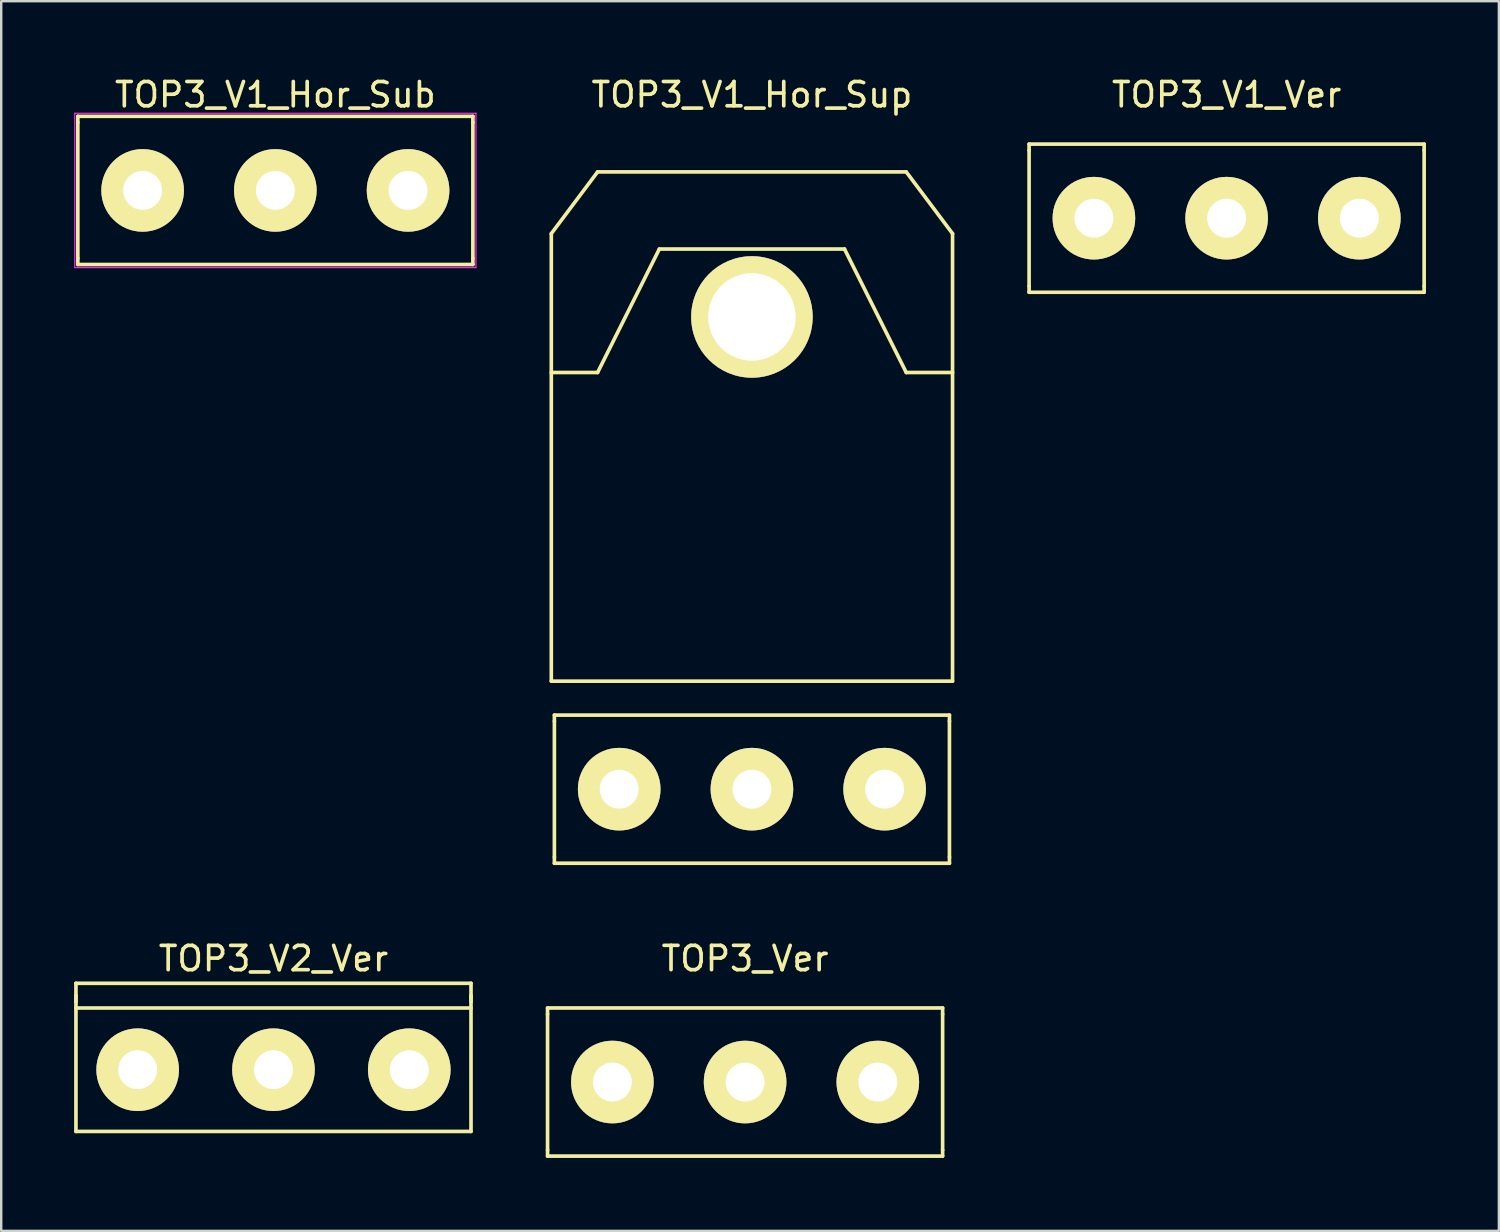
<source format=kicad_pcb>
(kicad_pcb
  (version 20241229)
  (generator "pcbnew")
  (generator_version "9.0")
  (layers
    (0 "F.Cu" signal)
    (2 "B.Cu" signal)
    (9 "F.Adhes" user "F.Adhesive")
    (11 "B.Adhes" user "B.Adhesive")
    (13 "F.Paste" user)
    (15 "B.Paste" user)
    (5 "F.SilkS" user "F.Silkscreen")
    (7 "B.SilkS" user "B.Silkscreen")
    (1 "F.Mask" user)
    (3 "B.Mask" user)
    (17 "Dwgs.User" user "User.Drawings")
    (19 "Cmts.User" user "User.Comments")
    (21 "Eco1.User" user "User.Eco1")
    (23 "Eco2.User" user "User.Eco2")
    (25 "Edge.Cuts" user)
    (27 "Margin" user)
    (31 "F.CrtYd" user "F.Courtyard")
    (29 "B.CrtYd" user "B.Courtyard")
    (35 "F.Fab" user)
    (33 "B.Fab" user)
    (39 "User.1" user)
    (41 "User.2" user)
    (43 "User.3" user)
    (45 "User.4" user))
  (footprint "TOP3_Ver"
    (layer "F.Cu")
    (at 27.609 41.474)
    (property "Reference" "TOP3_Ver" (at 0 -5.08 0) (layer "F.SilkS") (effects (font (size 1 1) (thickness 0.15))))
    (attr through_hole)
    (fp_line (start -8.128 -3.048) (end 8.128 -3.048) (stroke (width 0.15) (type solid)) (layer "F.SilkS"))
    (fp_line (start -8.128 -2.794) (end -8.128 -3.048) (stroke (width 0.15) (type solid)) (layer "F.SilkS"))
    (fp_line (start -8.128 -2.794) (end -8.128 2.794) (stroke (width 0.15) (type solid)) (layer "F.SilkS"))
    (fp_line (start -8.128 2.794) (end -8.128 3.048) (stroke (width 0.15) (type solid)) (layer "F.SilkS"))
    (fp_line (start -8.128 3.048) (end 8.128 3.048) (stroke (width 0.15) (type solid)) (layer "F.SilkS"))
    (fp_line (start 8.128 -3.048) (end 8.128 -2.794) (stroke (width 0.15) (type solid)) (layer "F.SilkS"))
    (fp_line (start 8.128 2.794) (end 8.128 -2.794) (stroke (width 0.15) (type solid)) (layer "F.SilkS"))
    (fp_line (start 8.128 3.048) (end 8.128 2.794) (stroke (width 0.15) (type solid)) (layer "F.SilkS"))
    (pad "1" thru_hole circle (at -5.461 0 90) (size 3.4 3.4) (drill 1.6) (layers "*.Cu" "*.Mask" "F.SilkS"))
    (pad "2" thru_hole circle (at 0 0 90) (size 3.4 3.4) (drill 1.6) (layers "*.Cu" "*.Mask" "F.SilkS"))
    (pad "3" thru_hole circle (at 5.461 0 90) (size 3.4 3.4) (drill 1.6) (layers "*.Cu" "*.Mask" "F.SilkS")))
  (footprint "TOP3_V2_Ver"
    (layer "F.Cu")
    (at 8.203 40.967)
    (property "Reference" "TOP3_V2_Ver" (at 0 -4.572 0) (layer "F.SilkS") (effects (font (size 1 1) (thickness 0.15))))
    (attr through_hole)
    (fp_line (start -8.128 -3.556) (end 8.128 -3.556) (stroke (width 0.15) (type solid)) (layer "F.SilkS"))
    (fp_line (start -8.128 -3.048) (end -8.128 -3.556) (stroke (width 0.15) (type solid)) (layer "F.SilkS"))
    (fp_line (start -8.128 -3.048) (end -8.128 2.54) (stroke (width 0.15) (type solid)) (layer "F.SilkS"))
    (fp_line (start -8.128 -2.794) (end -8.128 -3.048) (stroke (width 0.15) (type solid)) (layer "F.SilkS"))
    (fp_line (start -8.128 -2.54) (end 8.128 -2.54) (stroke (width 0.15) (type solid)) (layer "F.SilkS"))
    (fp_line (start -8.128 2.54) (end 8.128 2.54) (stroke (width 0.15) (type solid)) (layer "F.SilkS"))
    (fp_line (start 8.128 -3.556) (end 8.128 -3.048) (stroke (width 0.15) (type solid)) (layer "F.SilkS"))
    (fp_line (start 8.128 -3.048) (end 8.128 -2.794) (stroke (width 0.15) (type solid)) (layer "F.SilkS"))
    (fp_line (start 8.128 2.54) (end 8.128 -3.048) (stroke (width 0.15) (type solid)) (layer "F.SilkS"))
    (pad "1" thru_hole circle (at -5.588 0 90) (size 3.4 3.4) (drill 1.6) (layers "*.Cu" "*.Mask" "F.SilkS"))
    (pad "2" thru_hole circle (at 0 0 90) (size 3.4 3.4) (drill 1.6) (layers "*.Cu" "*.Mask" "F.SilkS"))
    (pad "3" thru_hole circle (at 5.588 0 90) (size 3.4 3.4) (drill 1.6) (layers "*.Cu" "*.Mask" "F.SilkS")))
  (footprint "TOP3_V1_Ver"
    (layer "F.Cu")
    (at 47.423 5.928)
    (property "Reference" "TOP3_V1_Ver" (at 0 -5.08 0) (layer "F.SilkS") (effects (font (size 1 1) (thickness 0.15))))
    (attr through_hole)
    (fp_line (start -8.128 -3.048) (end 8.128 -3.048) (stroke (width 0.15) (type solid)) (layer "F.SilkS"))
    (fp_line (start -8.128 -2.794) (end -8.128 -3.048) (stroke (width 0.15) (type solid)) (layer "F.SilkS"))
    (fp_line (start -8.128 -2.794) (end -8.128 2.794) (stroke (width 0.15) (type solid)) (layer "F.SilkS"))
    (fp_line (start -8.128 2.794) (end -8.128 3.048) (stroke (width 0.15) (type solid)) (layer "F.SilkS"))
    (fp_line (start -8.128 3.048) (end 8.128 3.048) (stroke (width 0.15) (type solid)) (layer "F.SilkS"))
    (fp_line (start 8.128 -3.048) (end 8.128 -2.794) (stroke (width 0.15) (type solid)) (layer "F.SilkS"))
    (fp_line (start 8.128 2.794) (end 8.128 -2.794) (stroke (width 0.15) (type solid)) (layer "F.SilkS"))
    (fp_line (start 8.128 3.048) (end 8.128 2.794) (stroke (width 0.15) (type solid)) (layer "F.SilkS"))
    (pad "1" thru_hole circle (at -5.461 0 90) (size 3.4 3.4) (drill 1.6) (layers "*.Cu" "*.Mask" "F.SilkS"))
    (pad "2" thru_hole circle (at 0 0 90) (size 3.4 3.4) (drill 1.6) (layers "*.Cu" "*.Mask" "F.SilkS"))
    (pad "3" thru_hole circle (at 5.461 0 90) (size 3.4 3.4) (drill 1.6) (layers "*.Cu" "*.Mask" "F.SilkS")))
  (footprint "TOP3_V1_Hor_Sup"
    (layer "F.Cu")
    (at 27.89 29.423)
    (property "Reference" "TOP3_V1_Hor_Sup" (at 0 -28.575 0) (layer "F.SilkS") (effects (font (size 1 1) (thickness 0.15))))
    (attr through_hole)
    (fp_line (start -8.255 -22.86) (end -8.255 -4.445) (stroke (width 0.15) (type solid)) (layer "F.SilkS"))
    (fp_line (start -8.255 -17.145) (end -6.35 -17.145) (stroke (width 0.15) (type solid)) (layer "F.SilkS"))
    (fp_line (start -8.255 -4.445) (end 8.255 -4.445) (stroke (width 0.15) (type solid)) (layer "F.SilkS"))
    (fp_line (start -8.128 -3.048) (end 8.128 -3.048) (stroke (width 0.15) (type solid)) (layer "F.SilkS"))
    (fp_line (start -8.128 -2.794) (end -8.128 -3.048) (stroke (width 0.15) (type solid)) (layer "F.SilkS"))
    (fp_line (start -8.128 -2.794) (end -8.128 2.794) (stroke (width 0.15) (type solid)) (layer "F.SilkS"))
    (fp_line (start -8.128 2.794) (end -8.128 3.048) (stroke (width 0.15) (type solid)) (layer "F.SilkS"))
    (fp_line (start -8.128 3.048) (end 8.128 3.048) (stroke (width 0.15) (type solid)) (layer "F.SilkS"))
    (fp_line (start -6.35 -25.4) (end -8.255 -22.86) (stroke (width 0.15) (type solid)) (layer "F.SilkS"))
    (fp_line (start -6.35 -25.4) (end 6.35 -25.4) (stroke (width 0.15) (type solid)) (layer "F.SilkS"))
    (fp_line (start -6.35 -17.145) (end -3.81 -22.225) (stroke (width 0.15) (type solid)) (layer "F.SilkS"))
    (fp_line (start -3.81 -22.225) (end 3.81 -22.225) (stroke (width 0.15) (type solid)) (layer "F.SilkS"))
    (fp_line (start 3.81 -22.225) (end 6.35 -17.145) (stroke (width 0.15) (type solid)) (layer "F.SilkS"))
    (fp_line (start 6.35 -25.4) (end 8.255 -22.86) (stroke (width 0.15) (type solid)) (layer "F.SilkS"))
    (fp_line (start 6.35 -17.145) (end 8.255 -17.145) (stroke (width 0.15) (type solid)) (layer "F.SilkS"))
    (fp_line (start 8.128 -3.048) (end 8.128 -2.794) (stroke (width 0.15) (type solid)) (layer "F.SilkS"))
    (fp_line (start 8.128 2.794) (end 8.128 -2.794) (stroke (width 0.15) (type solid)) (layer "F.SilkS"))
    (fp_line (start 8.128 3.048) (end 8.128 2.794) (stroke (width 0.15) (type solid)) (layer "F.SilkS"))
    (fp_line (start 8.255 -22.86) (end 8.255 -4.445) (stroke (width 0.15) (type solid)) (layer "F.SilkS"))
    (pad "" thru_hole circle (at 0 -19.431 90) (size 5 5) (drill 3.6) (layers "*.Cu" "*.Mask" "F.SilkS"))
    (pad "1" thru_hole circle (at -5.461 0 90) (size 3.4 3.4) (drill 1.6) (layers "*.Cu" "*.Mask" "F.SilkS"))
    (pad "2" thru_hole circle (at 0 0 90) (size 3.4 3.4) (drill 1.6) (layers "*.Cu" "*.Mask" "F.SilkS"))
    (pad "3" thru_hole circle (at 5.461 0 90) (size 3.4 3.4) (drill 1.6) (layers "*.Cu" "*.Mask" "F.SilkS")))
  (footprint "TOP3_V1_Hor_Sub"
    (layer "F.Cu")
    (at 8.28 4.785)
    (property "Reference" "TOP3_V1_Hor_Sub" (at 0 -3.937 0) (layer "F.SilkS") (effects (font (size 1 1) (thickness 0.15))))
    (attr through_hole)
    (fp_line (start -8.128 -3.048) (end 8.128 -3.048) (stroke (width 0.15) (type solid)) (layer "F.SilkS"))
    (fp_line (start -8.128 -2.794) (end -8.128 -3.048) (stroke (width 0.15) (type solid)) (layer "F.SilkS"))
    (fp_line (start -8.128 -2.794) (end -8.128 2.794) (stroke (width 0.15) (type solid)) (layer "F.SilkS"))
    (fp_line (start -8.128 2.794) (end -8.128 3.048) (stroke (width 0.15) (type solid)) (layer "F.SilkS"))
    (fp_line (start -8.128 3.048) (end 8.128 3.048) (stroke (width 0.15) (type solid)) (layer "F.SilkS"))
    (fp_line (start 8.128 -3.048) (end 8.128 -2.794) (stroke (width 0.15) (type solid)) (layer "F.SilkS"))
    (fp_line (start 8.128 2.794) (end 8.128 -2.794) (stroke (width 0.15) (type solid)) (layer "F.SilkS"))
    (fp_line (start 8.128 3.048) (end 8.128 2.794) (stroke (width 0.15) (type solid)) (layer "F.SilkS"))
    (fp_line (start -8.255 -3.175) (end -8.255 3.175) (stroke (width 0.05) (type solid)) (layer "F.CrtYd"))
    (fp_line (start -8.255 3.175) (end 8.255 3.175) (stroke (width 0.05) (type solid)) (layer "F.CrtYd"))
    (fp_line (start 8.255 -3.175) (end -8.255 -3.175) (stroke (width 0.05) (type solid)) (layer "F.CrtYd"))
    (fp_line (start 8.255 3.175) (end 8.255 -3.175) (stroke (width 0.05) (type solid)) (layer "F.CrtYd"))
    (pad "1" thru_hole circle (at -5.461 0 90) (size 3.4 3.4) (drill 1.6) (layers "*.Cu" "*.Mask" "F.SilkS"))
    (pad "2" thru_hole circle (at 0 0 90) (size 3.4 3.4) (drill 1.6) (layers "*.Cu" "*.Mask" "F.SilkS"))
    (pad "3" thru_hole circle (at 5.461 0 90) (size 3.4 3.4) (drill 1.6) (layers "*.Cu" "*.Mask" "F.SilkS")))
  (gr_rect
    (start -3 -3)
    (end 58.626 47.597)
    (stroke (width 0.1) (type default))
    (fill no)
    (layer "Edge.Cuts")))
</source>
